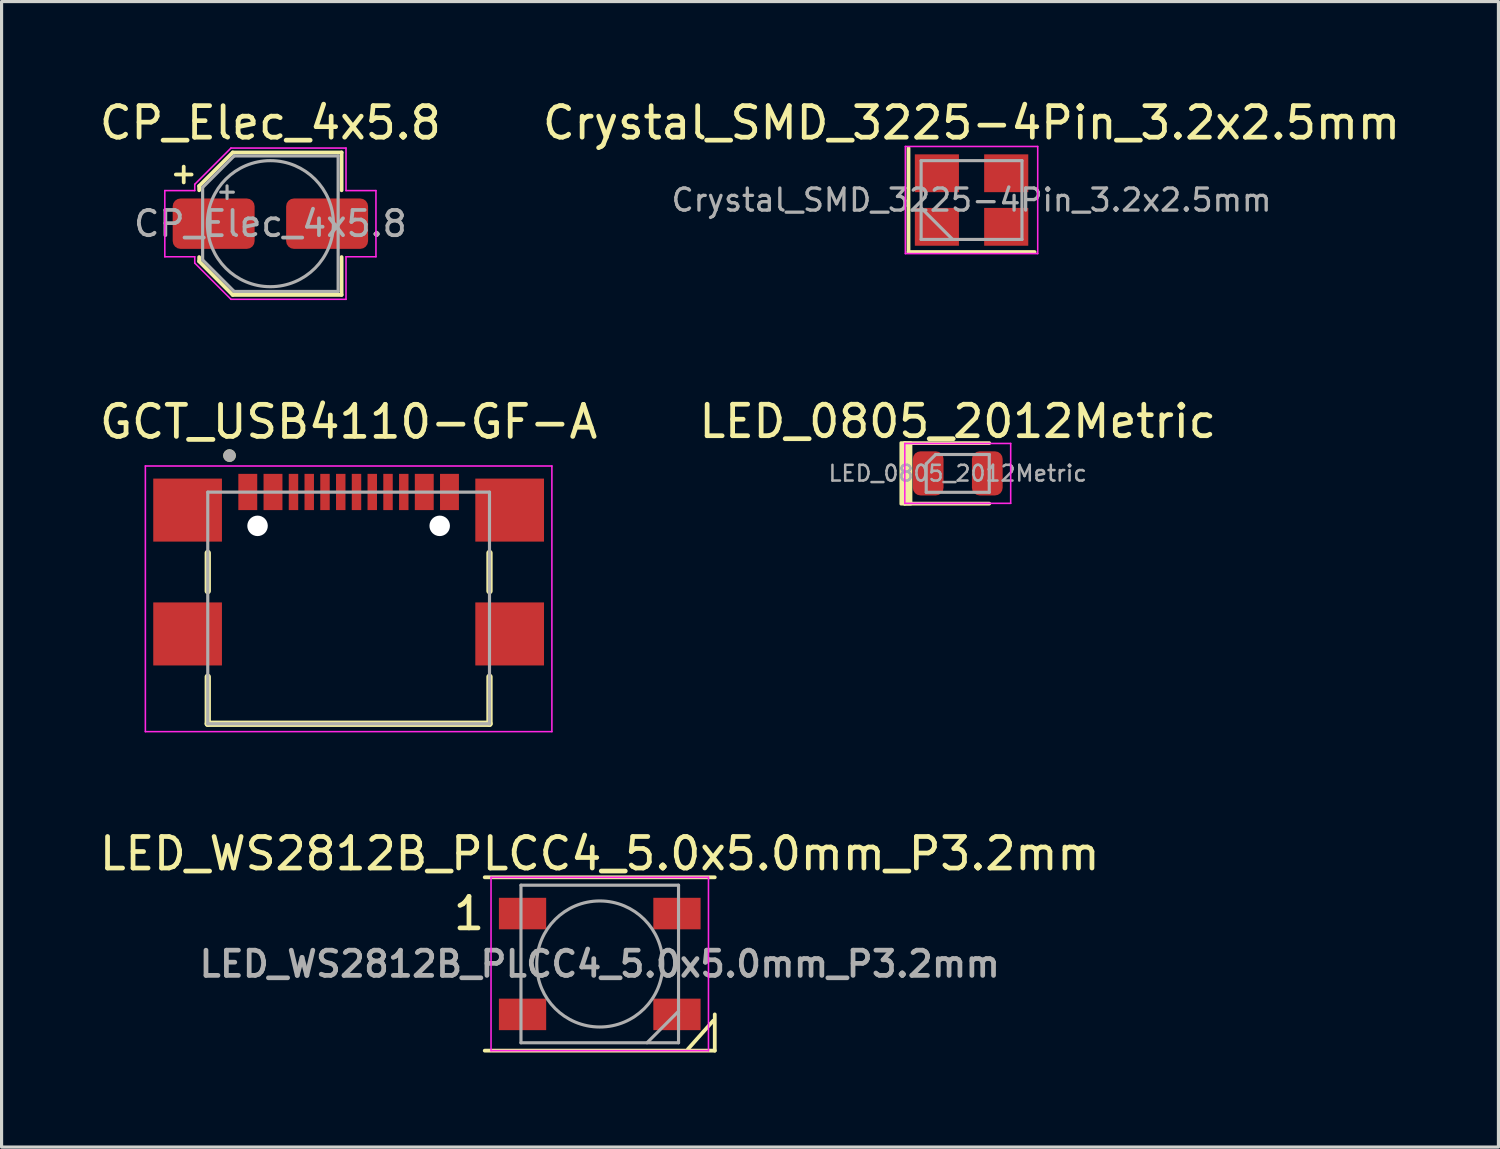
<source format=kicad_pcb>
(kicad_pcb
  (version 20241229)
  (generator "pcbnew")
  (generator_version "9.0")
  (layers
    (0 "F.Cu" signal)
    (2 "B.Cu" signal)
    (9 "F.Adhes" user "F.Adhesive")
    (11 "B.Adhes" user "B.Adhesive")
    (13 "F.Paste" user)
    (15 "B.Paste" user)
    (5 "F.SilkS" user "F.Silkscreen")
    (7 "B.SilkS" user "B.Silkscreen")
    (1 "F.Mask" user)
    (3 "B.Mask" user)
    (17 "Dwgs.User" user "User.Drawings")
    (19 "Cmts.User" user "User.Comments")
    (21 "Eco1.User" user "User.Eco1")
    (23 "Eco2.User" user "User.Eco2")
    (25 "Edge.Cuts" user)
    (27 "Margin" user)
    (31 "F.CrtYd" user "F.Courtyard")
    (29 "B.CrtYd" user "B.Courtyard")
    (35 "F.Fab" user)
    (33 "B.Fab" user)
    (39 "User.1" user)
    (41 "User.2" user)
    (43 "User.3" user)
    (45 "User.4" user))
  (footprint "LED_WS2812B_PLCC4_5.0x5.0mm_P3.2mm"
    (layer "F.Cu")
    (at 15.982 27.54)
    (property "Reference" "LED_WS2812B_PLCC4_5.0x5.0mm_P3.2mm" (at 0 -3.5 0) (layer "F.SilkS") (effects (font (size 1 1) (thickness 0.15))))
    (attr smd)
    (fp_line (start -3.65 -2.75) (end 3.65 -2.75) (stroke (width 0.12) (type solid)) (layer "F.SilkS"))
    (fp_line (start -3.65 2.75) (end 3.65 2.75) (stroke (width 0.12) (type solid)) (layer "F.SilkS"))
    (fp_line (start 3.6 1.8) (end 2.8 2.7) (stroke (width 0.12) (type solid)) (layer "F.SilkS"))
    (fp_line (start 3.65 2.75) (end 3.65 1.6) (stroke (width 0.12) (type solid)) (layer "F.SilkS"))
    (fp_line (start -3.45 -2.75) (end -3.45 2.75) (stroke (width 0.05) (type solid)) (layer "F.CrtYd"))
    (fp_line (start -3.45 2.75) (end 3.45 2.75) (stroke (width 0.05) (type solid)) (layer "F.CrtYd"))
    (fp_line (start 3.45 -2.75) (end -3.45 -2.75) (stroke (width 0.05) (type solid)) (layer "F.CrtYd"))
    (fp_line (start 3.45 2.75) (end 3.45 -2.75) (stroke (width 0.05) (type solid)) (layer "F.CrtYd"))
    (fp_line (start -2.5 -2.5) (end -2.5 2.5) (stroke (width 0.1) (type solid)) (layer "F.Fab"))
    (fp_line (start -2.5 2.5) (end 2.5 2.5) (stroke (width 0.1) (type solid)) (layer "F.Fab"))
    (fp_line (start 2.5 -2.5) (end -2.5 -2.5) (stroke (width 0.1) (type solid)) (layer "F.Fab"))
    (fp_line (start 2.5 1.5) (end 1.5 2.5) (stroke (width 0.1) (type solid)) (layer "F.Fab"))
    (fp_line (start 2.5 2.5) (end 2.5 -2.5) (stroke (width 0.1) (type solid)) (layer "F.Fab"))
    (fp_circle (center 0 0) (end 0 -2) (stroke (width 0.1) (type solid)) (fill no) (layer "F.Fab"))
    (fp_text user "1" (at -4.15 -1.6 0) (layer "F.SilkS") (effects (font (size 1 1) (thickness 0.15))))
    (fp_text user "${REFERENCE}" (at 0 0 0) (layer "F.Fab") (effects (font (size 0.8 0.8) (thickness 0.15))))
    (pad "1" smd rect (at -2.45 -1.6) (size 1.5 1) (layers "F.Cu" "F.Mask" "F.Paste"))
    (pad "2" smd rect (at -2.45 1.6) (size 1.5 1) (layers "F.Cu" "F.Mask" "F.Paste"))
    (pad "3" smd rect (at 2.45 1.6) (size 1.5 1) (layers "F.Cu" "F.Mask" "F.Paste"))
    (pad "4" smd rect (at 2.45 -1.6) (size 1.5 1) (layers "F.Cu" "F.Mask" "F.Paste")))
  (footprint "CP_Elec_4x5.8"
    (layer "F.Cu")
    (at 5.53 4.048)
    (property "Reference" "CP_Elec_4x5.8" (at 0 -3.2 180) (layer "F.SilkS") (effects (font (size 1 1) (thickness 0.15))))
    (attr smd)
    (fp_line (start -3 -1.56) (end -2.5 -1.56) (stroke (width 0.12) (type solid)) (layer "F.SilkS"))
    (fp_line (start -2.75 -1.81) (end -2.75 -1.31) (stroke (width 0.12) (type solid)) (layer "F.SilkS"))
    (fp_line (start -2.26 -1.196) (end -2.26 -1.06) (stroke (width 0.12) (type solid)) (layer "F.SilkS"))
    (fp_line (start -2.26 -1.196) (end -1.196 -2.26) (stroke (width 0.12) (type solid)) (layer "F.SilkS"))
    (fp_line (start -2.26 1.196) (end -2.26 1.06) (stroke (width 0.12) (type solid)) (layer "F.SilkS"))
    (fp_line (start -2.26 1.196) (end -1.196 2.26) (stroke (width 0.12) (type solid)) (layer "F.SilkS"))
    (fp_line (start -1.196 -2.26) (end 2.26 -2.26) (stroke (width 0.12) (type solid)) (layer "F.SilkS"))
    (fp_line (start -1.196 2.26) (end 2.26 2.26) (stroke (width 0.12) (type solid)) (layer "F.SilkS"))
    (fp_line (start 2.26 -2.26) (end 2.26 -1.06) (stroke (width 0.12) (type solid)) (layer "F.SilkS"))
    (fp_line (start 2.26 2.26) (end 2.26 1.06) (stroke (width 0.12) (type solid)) (layer "F.SilkS"))
    (fp_line (start -3.35 -1.05) (end -3.35 1.05) (stroke (width 0.05) (type solid)) (layer "F.CrtYd"))
    (fp_line (start -3.35 1.05) (end -2.4 1.05) (stroke (width 0.05) (type solid)) (layer "F.CrtYd"))
    (fp_line (start -2.4 -1.25) (end -2.4 -1.05) (stroke (width 0.05) (type solid)) (layer "F.CrtYd"))
    (fp_line (start -2.4 -1.25) (end -1.25 -2.4) (stroke (width 0.05) (type solid)) (layer "F.CrtYd"))
    (fp_line (start -2.4 -1.05) (end -3.35 -1.05) (stroke (width 0.05) (type solid)) (layer "F.CrtYd"))
    (fp_line (start -2.4 1.05) (end -2.4 1.25) (stroke (width 0.05) (type solid)) (layer "F.CrtYd"))
    (fp_line (start -2.4 1.25) (end -1.25 2.4) (stroke (width 0.05) (type solid)) (layer "F.CrtYd"))
    (fp_line (start -1.25 -2.4) (end 2.4 -2.4) (stroke (width 0.05) (type solid)) (layer "F.CrtYd"))
    (fp_line (start -1.25 2.4) (end 2.4 2.4) (stroke (width 0.05) (type solid)) (layer "F.CrtYd"))
    (fp_line (start 2.4 -2.4) (end 2.4 -1.05) (stroke (width 0.05) (type solid)) (layer "F.CrtYd"))
    (fp_line (start 2.4 -1.05) (end 3.35 -1.05) (stroke (width 0.05) (type solid)) (layer "F.CrtYd"))
    (fp_line (start 2.4 1.05) (end 2.4 2.4) (stroke (width 0.05) (type solid)) (layer "F.CrtYd"))
    (fp_line (start 3.35 -1.05) (end 3.35 1.05) (stroke (width 0.05) (type solid)) (layer "F.CrtYd"))
    (fp_line (start 3.35 1.05) (end 2.4 1.05) (stroke (width 0.05) (type solid)) (layer "F.CrtYd"))
    (fp_line (start -2.15 -1.15) (end -2.15 1.15) (stroke (width 0.1) (type solid)) (layer "F.Fab"))
    (fp_line (start -2.15 -1.15) (end -1.15 -2.15) (stroke (width 0.1) (type solid)) (layer "F.Fab"))
    (fp_line (start -2.15 1.15) (end -1.15 2.15) (stroke (width 0.1) (type solid)) (layer "F.Fab"))
    (fp_line (start -1.575 -1) (end -1.175 -1) (stroke (width 0.1) (type solid)) (layer "F.Fab"))
    (fp_line (start -1.375 -1.2) (end -1.375 -0.8) (stroke (width 0.1) (type solid)) (layer "F.Fab"))
    (fp_line (start -1.15 -2.15) (end 2.15 -2.15) (stroke (width 0.1) (type solid)) (layer "F.Fab"))
    (fp_line (start -1.15 2.15) (end 2.15 2.15) (stroke (width 0.1) (type solid)) (layer "F.Fab"))
    (fp_line (start 2.15 -2.15) (end 2.15 2.15) (stroke (width 0.1) (type solid)) (layer "F.Fab"))
    (fp_circle (center 0 0) (end 2 0) (stroke (width 0.1) (type solid)) (fill no) (layer "F.Fab"))
    (fp_text user "${REFERENCE}" (at 0 0 180) (layer "F.Fab") (effects (font (size 0.8 0.8) (thickness 0.12))))
    (pad "1" smd roundrect (at -1.8 0) (size 2.6 1.6) (layers "F.Cu" "F.Mask" "F.Paste") (roundrect_rratio 0.156))
    (pad "2" smd roundrect (at 1.8 0) (size 2.6 1.6) (layers "F.Cu" "F.Mask" "F.Paste") (roundrect_rratio 0.156)))
  (footprint "Crystal_SMD_3225-4Pin_3.2x2.5mm"
    (layer "F.Cu")
    (at 27.78 3.298)
    (property "Reference" "Crystal_SMD_3225-4Pin_3.2x2.5mm" (at 0 -2.45 0) (layer "F.SilkS") (effects (font (size 1 1) (thickness 0.15))))
    (attr smd)
    (fp_line (start -2 -1.65) (end -2 1.65) (stroke (width 0.12) (type solid)) (layer "F.SilkS"))
    (fp_line (start -2 1.65) (end 2 1.65) (stroke (width 0.12) (type solid)) (layer "F.SilkS"))
    (fp_line (start -2.1 -1.7) (end -2.1 1.7) (stroke (width 0.05) (type solid)) (layer "F.CrtYd"))
    (fp_line (start -2.1 1.7) (end 2.1 1.7) (stroke (width 0.05) (type solid)) (layer "F.CrtYd"))
    (fp_line (start 2.1 -1.7) (end -2.1 -1.7) (stroke (width 0.05) (type solid)) (layer "F.CrtYd"))
    (fp_line (start 2.1 1.7) (end 2.1 -1.7) (stroke (width 0.05) (type solid)) (layer "F.CrtYd"))
    (fp_line (start -1.6 -1.25) (end -1.6 1.25) (stroke (width 0.1) (type solid)) (layer "F.Fab"))
    (fp_line (start -1.6 0.25) (end -0.6 1.25) (stroke (width 0.1) (type solid)) (layer "F.Fab"))
    (fp_line (start -1.6 1.25) (end 1.6 1.25) (stroke (width 0.1) (type solid)) (layer "F.Fab"))
    (fp_line (start 1.6 -1.25) (end -1.6 -1.25) (stroke (width 0.1) (type solid)) (layer "F.Fab"))
    (fp_line (start 1.6 1.25) (end 1.6 -1.25) (stroke (width 0.1) (type solid)) (layer "F.Fab"))
    (fp_text user "${REFERENCE}" (at 0 0 0) (layer "F.Fab") (effects (font (size 0.7 0.7) (thickness 0.105))))
    (pad "1" smd rect (at -1.1 0.85) (size 1.4 1.2) (layers "F.Cu" "F.Mask" "F.Paste"))
    (pad "3" smd rect (at 1.1 -0.85) (size 1.4 1.2) (layers "F.Cu" "F.Mask" "F.Paste"))
    (pad "GND" smd rect (at -1.1 -0.85) (size 1.4 1.2) (layers "F.Cu" "F.Mask" "F.Paste"))
    (pad "GND" smd rect (at 1.1 0.85) (size 1.4 1.2) (layers "F.Cu" "F.Mask" "F.Paste")))
  (footprint "GCT_USB4110-GF-A"
    (layer "F.Cu")
    (at 8.013 13.637)
    (property "Reference" "GCT_USB4110-GF-A" (at 0 -3.302 0) (layer "F.SilkS") (effects (font (size 1.016 1.016) (thickness 0.152))))
    (attr through_hole)
    (fp_line (start -4.47 0.86) (end -4.47 2.07) (stroke (width 0.2) (type solid)) (layer "F.SilkS"))
    (fp_line (start -4.47 4.79) (end -4.47 6.28) (stroke (width 0.2) (type solid)) (layer "F.SilkS"))
    (fp_line (start -4.47 6.28) (end 4.47 6.28) (stroke (width 0.2) (type solid)) (layer "F.SilkS"))
    (fp_line (start 4.47 0.86) (end 4.47 2.07) (stroke (width 0.2) (type solid)) (layer "F.SilkS"))
    (fp_line (start 4.47 6.28) (end 4.47 4.79) (stroke (width 0.2) (type solid)) (layer "F.SilkS"))
    (fp_circle (center -3.78 -2.23) (end -3.68 -2.23) (stroke (width 0.2) (type solid)) (fill no) (layer "F.SilkS"))
    (fp_line (start -6.45 -1.9) (end 6.45 -1.9) (stroke (width 0.05) (type solid)) (layer "F.CrtYd"))
    (fp_line (start -6.45 6.53) (end -6.45 -1.9) (stroke (width 0.05) (type solid)) (layer "F.CrtYd"))
    (fp_line (start 6.45 -1.9) (end 6.45 6.53) (stroke (width 0.05) (type solid)) (layer "F.CrtYd"))
    (fp_line (start 6.45 6.53) (end -6.45 6.53) (stroke (width 0.05) (type solid)) (layer "F.CrtYd"))
    (fp_line (start -4.47 -1.07) (end -4.47 6.28) (stroke (width 0.1) (type solid)) (layer "F.Fab"))
    (fp_line (start -4.47 6.28) (end 4.47 6.28) (stroke (width 0.1) (type solid)) (layer "F.Fab"))
    (fp_line (start 4.47 -1.07) (end -4.47 -1.07) (stroke (width 0.1) (type solid)) (layer "F.Fab"))
    (fp_line (start 4.47 6.28) (end 4.47 -1.07) (stroke (width 0.1) (type solid)) (layer "F.Fab"))
    (fp_circle (center -3.78 -2.23) (end -3.68 -2.23) (stroke (width 0.2) (type solid)) (fill no) (layer "F.Fab"))
    (pad "" np_thru_hole circle (at -2.89 0) (size 0.65 0.65) (drill 0.65) (layers "*.Cu" "*.Mask"))
    (pad "" np_thru_hole circle (at 2.89 0) (size 0.65 0.65) (drill 0.65) (layers "*.Cu" "*.Mask"))
    (pad "A1/B12" smd rect (at -3.2 -1.075) (size 0.6 1.15) (layers "F.Cu" "F.Mask" "F.Paste"))
    (pad "A4/B9" smd rect (at -2.4 -1.075) (size 0.6 1.15) (layers "F.Cu" "F.Mask" "F.Paste"))
    (pad "A5" smd rect (at -1.25 -1.075) (size 0.3 1.15) (layers "F.Cu" "F.Mask" "F.Paste"))
    (pad "A6" smd rect (at -0.25 -1.075) (size 0.3 1.15) (layers "F.Cu" "F.Mask" "F.Paste"))
    (pad "A7" smd rect (at 0.25 -1.075) (size 0.3 1.15) (layers "F.Cu" "F.Mask" "F.Paste"))
    (pad "A8" smd rect (at 1.25 -1.075) (size 0.3 1.15) (layers "F.Cu" "F.Mask" "F.Paste"))
    (pad "B1/A12" smd rect (at 3.2 -1.075) (size 0.6 1.15) (layers "F.Cu" "F.Mask" "F.Paste"))
    (pad "B4/A9" smd rect (at 2.4 -1.075) (size 0.6 1.15) (layers "F.Cu" "F.Mask" "F.Paste"))
    (pad "B5" smd rect (at 1.75 -1.075) (size 0.3 1.15) (layers "F.Cu" "F.Mask" "F.Paste"))
    (pad "B6" smd rect (at 0.75 -1.075) (size 0.3 1.15) (layers "F.Cu" "F.Mask" "F.Paste"))
    (pad "B7" smd rect (at -0.75 -1.075) (size 0.3 1.15) (layers "F.Cu" "F.Mask" "F.Paste"))
    (pad "B8" smd rect (at -1.75 -1.075) (size 0.3 1.15) (layers "F.Cu" "F.Mask" "F.Paste"))
    (pad "S1" smd rect (at -5.11 -0.5) (size 2.18 2) (layers "F.Cu" "F.Mask" "F.Paste"))
    (pad "S2" smd rect (at 5.11 -0.5) (size 2.18 2) (layers "F.Cu" "F.Mask" "F.Paste"))
    (pad "S3" smd rect (at -5.11 3.43) (size 2.18 2) (layers "F.Cu" "F.Mask" "F.Paste"))
    (pad "S4" smd rect (at 5.11 3.43) (size 2.18 2) (layers "F.Cu" "F.Mask" "F.Paste")))
  (footprint "LED_0805_2012Metric"
    (layer "F.Cu")
    (at 27.342 11.972)
    (property "Reference" "LED_0805_2012Metric" (at 0 -1.65 0) (layer "F.SilkS") (effects (font (size 1 1) (thickness 0.15))))
    (attr smd)
    (fp_line (start -1.685 -0.96) (end -1.685 0.96) (stroke (width 0.12) (type solid)) (layer "F.SilkS"))
    (fp_line (start -1.685 0.96) (end 1 0.96) (stroke (width 0.12) (type solid)) (layer "F.SilkS"))
    (fp_line (start 1 -0.96) (end -1.685 -0.96) (stroke (width 0.12) (type solid)) (layer "F.SilkS"))
    (fp_poly (pts (xy -1.49 0.97) (xy -1.8 0.97) (xy -1.8 -0.97) (xy -1.49 -0.97)) (stroke (width 0.1) (type solid)) (fill yes) (layer "F.SilkS"))
    (fp_line (start -1.68 -0.95) (end 1.68 -0.95) (stroke (width 0.05) (type solid)) (layer "F.CrtYd"))
    (fp_line (start -1.68 0.95) (end -1.68 -0.95) (stroke (width 0.05) (type solid)) (layer "F.CrtYd"))
    (fp_line (start 1.68 -0.95) (end 1.68 0.95) (stroke (width 0.05) (type solid)) (layer "F.CrtYd"))
    (fp_line (start 1.68 0.95) (end -1.68 0.95) (stroke (width 0.05) (type solid)) (layer "F.CrtYd"))
    (fp_line (start -1 -0.3) (end -1 0.6) (stroke (width 0.1) (type solid)) (layer "F.Fab"))
    (fp_line (start -1 0.6) (end 1 0.6) (stroke (width 0.1) (type solid)) (layer "F.Fab"))
    (fp_line (start -0.7 -0.6) (end -1 -0.3) (stroke (width 0.1) (type solid)) (layer "F.Fab"))
    (fp_line (start 1 -0.6) (end -0.7 -0.6) (stroke (width 0.1) (type solid)) (layer "F.Fab"))
    (fp_line (start 1 0.6) (end 1 -0.6) (stroke (width 0.1) (type solid)) (layer "F.Fab"))
    (fp_text user "${REFERENCE}" (at 0 0 0) (layer "F.Fab") (effects (font (size 0.5 0.5) (thickness 0.08))))
    (pad "A" smd roundrect (at 0.938 0) (size 0.975 1.4) (layers "F.Cu" "F.Mask" "F.Paste") (roundrect_rratio 0.25))
    (pad "K" smd roundrect (at -0.938 0) (size 0.975 1.4) (layers "F.Cu" "F.Mask" "F.Paste") (roundrect_rratio 0.25)))
  (gr_rect
    (start -3 -3)
    (end 44.5 33.35)
    (stroke (width 0.1) (type default))
    (fill no)
    (layer "Edge.Cuts")))
</source>
